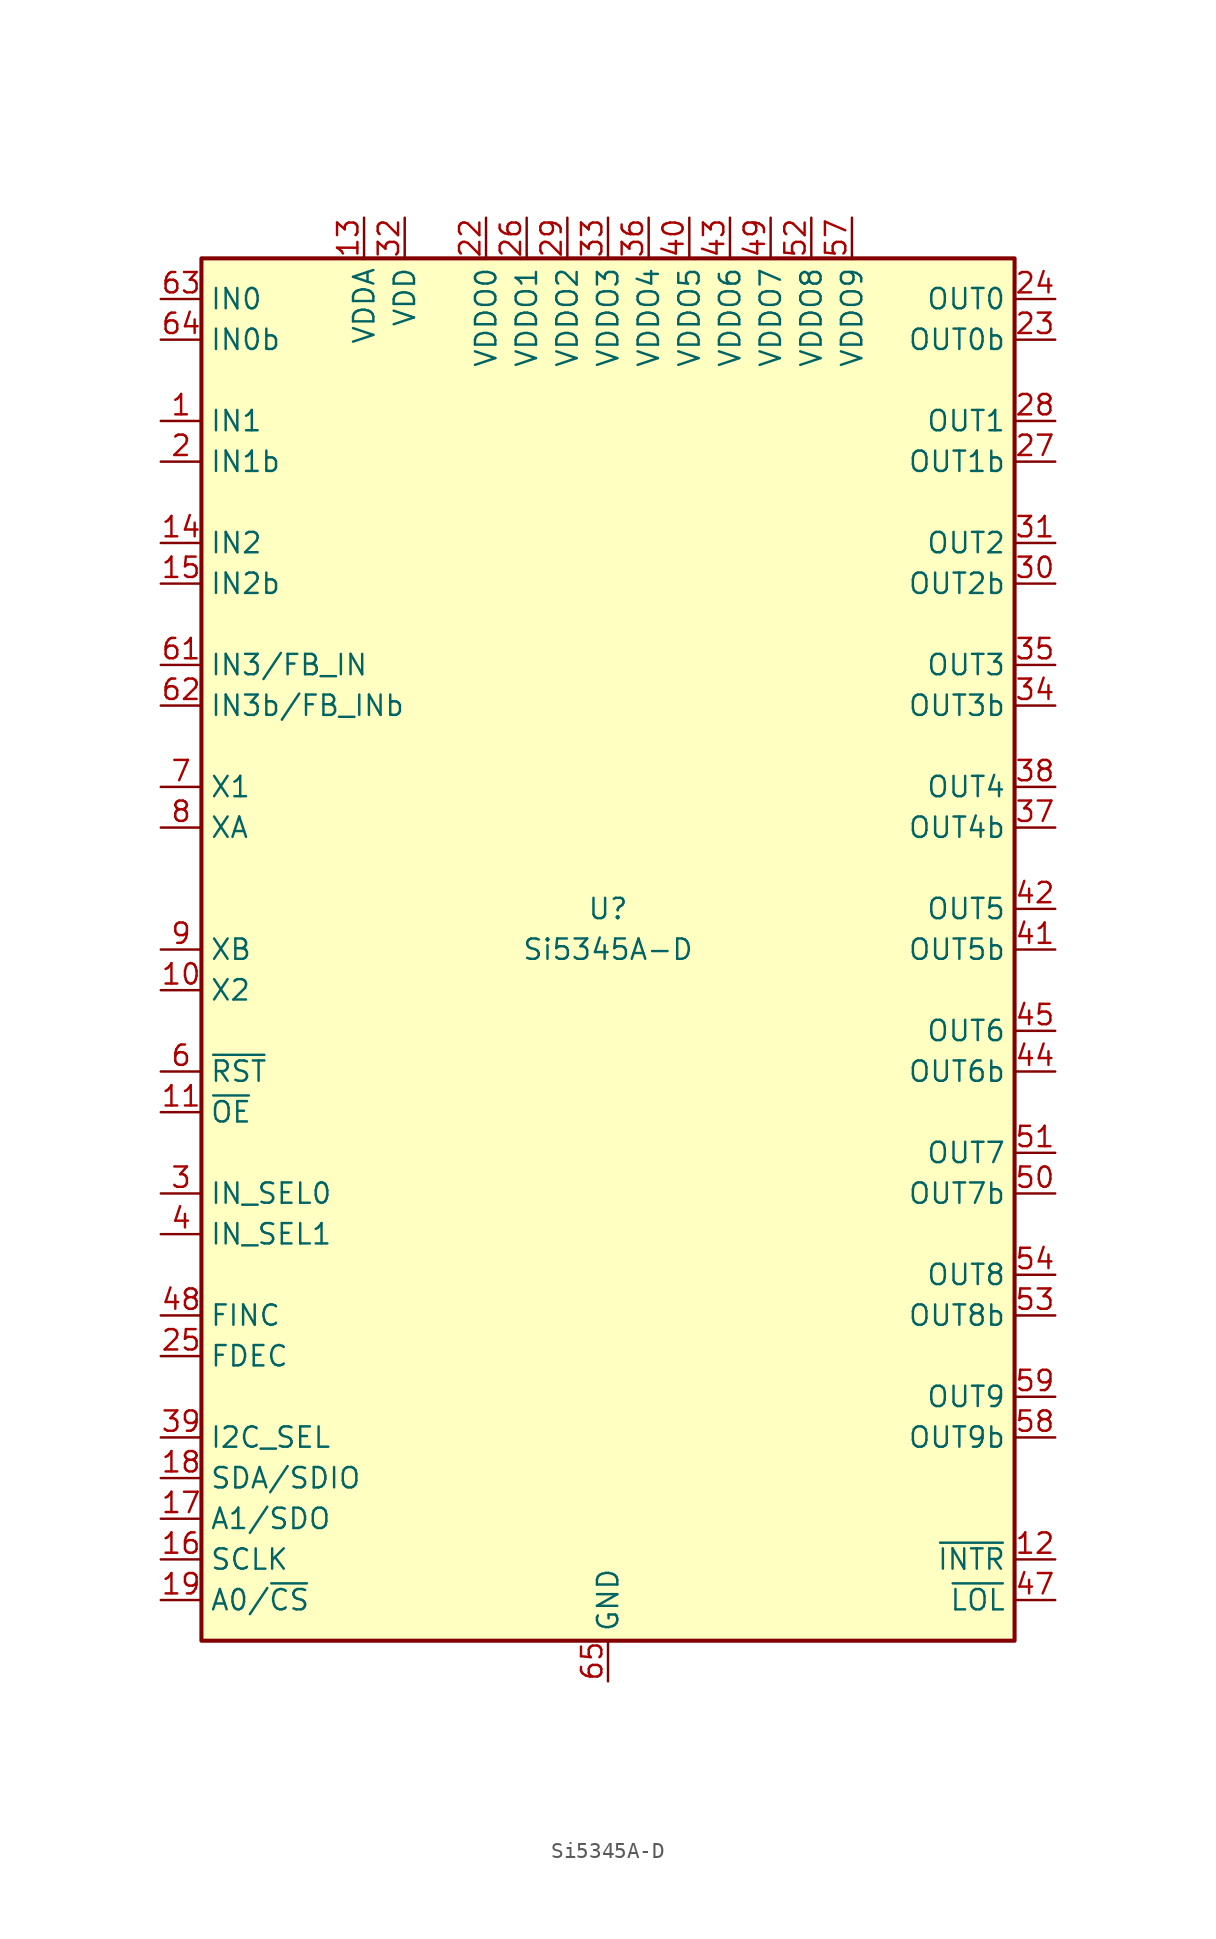
<source format=kicad_sym>
(kicad_symbol_lib
  (version 20200908)
  (generator kicad_symbol_editor)
  (symbol "Timer_PLL:Si5345A-D"
    (property "Reference" "U"
      (at 0 2.54 0)
      (effects (font (size 1.27 1.27))))
    (property "Value" "Si5345A-D"
      (at 0 0 0)
      (effects (font (size 1.27 1.27))))
    (symbol "Si5345A-D_0_1"
      (rectangle (start -25.4 43.18) (end 25.4 -43.18) (stroke (width 0.254)) (fill (type background))))
    (symbol "Si5345A-D_1_1"
      (pin input line (at -27.94 33.02 0) (length 2.54) (name "IN1" (effects (font (size 1.27 1.27)))) (number "1" (effects (font (size 1.27 1.27)))))
      (pin input line (at -27.94 -2.54 0) (length 2.54) (name "X2" (effects (font (size 1.27 1.27)))) (number "10" (effects (font (size 1.27 1.27)))))
      (pin input line (at -27.94 -10.16 0) (length 2.54) (name "~OE" (effects (font (size 1.27 1.27)))) (number "11" (effects (font (size 1.27 1.27)))))
      (pin output line (at 27.94 -38.1 180) (length 2.54) (name "~INTR" (effects (font (size 1.27 1.27)))) (number "12" (effects (font (size 1.27 1.27)))))
      (pin power_in line (at -15.24 45.72 270) (length 2.54) (name "VDDA" (effects (font (size 1.27 1.27)))) (number "13" (effects (font (size 1.27 1.27)))))
      (pin input line (at -27.94 25.4 0) (length 2.54) (name "IN2" (effects (font (size 1.27 1.27)))) (number "14" (effects (font (size 1.27 1.27)))))
      (pin input line (at -27.94 22.86 0) (length 2.54) (name "IN2b" (effects (font (size 1.27 1.27)))) (number "15" (effects (font (size 1.27 1.27)))))
      (pin input line (at -27.94 -38.1 0) (length 2.54) (name "SCLK" (effects (font (size 1.27 1.27)))) (number "16" (effects (font (size 1.27 1.27)))))
      (pin bidirectional line (at -27.94 -35.56 0) (length 2.54) (name "A1/SDO" (effects (font (size 1.27 1.27)))) (number "17" (effects (font (size 1.27 1.27)))))
      (pin bidirectional line (at -27.94 -33.02 0) (length 2.54) (name "SDA/SDIO" (effects (font (size 1.27 1.27)))) (number "18" (effects (font (size 1.27 1.27)))))
      (pin input line (at -27.94 -40.64 0) (length 2.54) (name "A0/~CS" (effects (font (size 1.27 1.27)))) (number "19" (effects (font (size 1.27 1.27)))))
      (pin input line (at -27.94 30.48 0) (length 2.54) (name "IN1b" (effects (font (size 1.27 1.27)))) (number "2" (effects (font (size 1.27 1.27)))))
      (pin unconnected line (at 25.4 27.94 180) (length 2.54) hide (name "NC" (effects (font (size 1.27 1.27)))) (number "20" (effects (font (size 1.27 1.27)))))
      (pin unconnected line (at 25.4 20.32 180) (length 2.54) hide (name "NC" (effects (font (size 1.27 1.27)))) (number "21" (effects (font (size 1.27 1.27)))))
      (pin power_in line (at -7.62 45.72 270) (length 2.54) (name "VDDO0" (effects (font (size 1.27 1.27)))) (number "22" (effects (font (size 1.27 1.27)))))
      (pin output line (at 27.94 38.1 180) (length 2.54) (name "OUT0b" (effects (font (size 1.27 1.27)))) (number "23" (effects (font (size 1.27 1.27)))))
      (pin output line (at 27.94 40.64 180) (length 2.54) (name "OUT0" (effects (font (size 1.27 1.27)))) (number "24" (effects (font (size 1.27 1.27)))))
      (pin input line (at -27.94 -25.4 0) (length 2.54) (name "FDEC" (effects (font (size 1.27 1.27)))) (number "25" (effects (font (size 1.27 1.27)))))
      (pin power_in line (at -5.08 45.72 270) (length 2.54) (name "VDDO1" (effects (font (size 1.27 1.27)))) (number "26" (effects (font (size 1.27 1.27)))))
      (pin output line (at 27.94 30.48 180) (length 2.54) (name "OUT1b" (effects (font (size 1.27 1.27)))) (number "27" (effects (font (size 1.27 1.27)))))
      (pin output line (at 27.94 33.02 180) (length 2.54) (name "OUT1" (effects (font (size 1.27 1.27)))) (number "28" (effects (font (size 1.27 1.27)))))
      (pin power_in line (at -2.54 45.72 270) (length 2.54) (name "VDDO2" (effects (font (size 1.27 1.27)))) (number "29" (effects (font (size 1.27 1.27)))))
      (pin input line (at -27.94 -15.24 0) (length 2.54) (name "IN_SEL0" (effects (font (size 1.27 1.27)))) (number "3" (effects (font (size 1.27 1.27)))))
      (pin output line (at 27.94 22.86 180) (length 2.54) (name "OUT2b" (effects (font (size 1.27 1.27)))) (number "30" (effects (font (size 1.27 1.27)))))
      (pin output line (at 27.94 25.4 180) (length 2.54) (name "OUT2" (effects (font (size 1.27 1.27)))) (number "31" (effects (font (size 1.27 1.27)))))
      (pin power_in line (at -12.7 45.72 270) (length 2.54) (name "VDD" (effects (font (size 1.27 1.27)))) (number "32" (effects (font (size 1.27 1.27)))))
      (pin power_in line (at 0 45.72 270) (length 2.54) (name "VDDO3" (effects (font (size 1.27 1.27)))) (number "33" (effects (font (size 1.27 1.27)))))
      (pin output line (at 27.94 15.24 180) (length 2.54) (name "OUT3b" (effects (font (size 1.27 1.27)))) (number "34" (effects (font (size 1.27 1.27)))))
      (pin output line (at 27.94 17.78 180) (length 2.54) (name "OUT3" (effects (font (size 1.27 1.27)))) (number "35" (effects (font (size 1.27 1.27)))))
      (pin power_in line (at 2.54 45.72 270) (length 2.54) (name "VDDO4" (effects (font (size 1.27 1.27)))) (number "36" (effects (font (size 1.27 1.27)))))
      (pin output line (at 27.94 7.62 180) (length 2.54) (name "OUT4b" (effects (font (size 1.27 1.27)))) (number "37" (effects (font (size 1.27 1.27)))))
      (pin output line (at 27.94 10.16 180) (length 2.54) (name "OUT4" (effects (font (size 1.27 1.27)))) (number "38" (effects (font (size 1.27 1.27)))))
      (pin input line (at -27.94 -30.48 0) (length 2.54) (name "I2C_SEL" (effects (font (size 1.27 1.27)))) (number "39" (effects (font (size 1.27 1.27)))))
      (pin input line (at -27.94 -17.78 0) (length 2.54) (name "IN_SEL1" (effects (font (size 1.27 1.27)))) (number "4" (effects (font (size 1.27 1.27)))))
      (pin power_in line (at 5.08 45.72 270) (length 2.54) (name "VDDO5" (effects (font (size 1.27 1.27)))) (number "40" (effects (font (size 1.27 1.27)))))
      (pin output line (at 27.94 0 180) (length 2.54) (name "OUT5b" (effects (font (size 1.27 1.27)))) (number "41" (effects (font (size 1.27 1.27)))))
      (pin output line (at 27.94 2.54 180) (length 2.54) (name "OUT5" (effects (font (size 1.27 1.27)))) (number "42" (effects (font (size 1.27 1.27)))))
      (pin power_in line (at 7.62 45.72 270) (length 2.54) (name "VDDO6" (effects (font (size 1.27 1.27)))) (number "43" (effects (font (size 1.27 1.27)))))
      (pin output line (at 27.94 -7.62 180) (length 2.54) (name "OUT6b" (effects (font (size 1.27 1.27)))) (number "44" (effects (font (size 1.27 1.27)))))
      (pin output line (at 27.94 -5.08 180) (length 2.54) (name "OUT6" (effects (font (size 1.27 1.27)))) (number "45" (effects (font (size 1.27 1.27)))))
      (pin passive line (at -12.7 45.72 270) (length 2.54) hide (name "VDD" (effects (font (size 1.27 1.27)))) (number "46" (effects (font (size 1.27 1.27)))))
      (pin output line (at 27.94 -40.64 180) (length 2.54) (name "~LOL" (effects (font (size 1.27 1.27)))) (number "47" (effects (font (size 1.27 1.27)))))
      (pin input line (at -27.94 -22.86 0) (length 2.54) (name "FINC" (effects (font (size 1.27 1.27)))) (number "48" (effects (font (size 1.27 1.27)))))
      (pin power_in line (at 10.16 45.72 270) (length 2.54) (name "VDDO7" (effects (font (size 1.27 1.27)))) (number "49" (effects (font (size 1.27 1.27)))))
      (pin unconnected line (at 25.4 35.56 180) (length 2.54) hide (name "NC" (effects (font (size 1.27 1.27)))) (number "5" (effects (font (size 1.27 1.27)))))
      (pin output line (at 27.94 -15.24 180) (length 2.54) (name "OUT7b" (effects (font (size 1.27 1.27)))) (number "50" (effects (font (size 1.27 1.27)))))
      (pin output line (at 27.94 -12.7 180) (length 2.54) (name "OUT7" (effects (font (size 1.27 1.27)))) (number "51" (effects (font (size 1.27 1.27)))))
      (pin power_in line (at 12.7 45.72 270) (length 2.54) (name "VDDO8" (effects (font (size 1.27 1.27)))) (number "52" (effects (font (size 1.27 1.27)))))
      (pin output line (at 27.94 -22.86 180) (length 2.54) (name "OUT8b" (effects (font (size 1.27 1.27)))) (number "53" (effects (font (size 1.27 1.27)))))
      (pin output line (at 27.94 -20.32 180) (length 2.54) (name "OUT8" (effects (font (size 1.27 1.27)))) (number "54" (effects (font (size 1.27 1.27)))))
      (pin unconnected line (at 25.4 12.7 180) (length 2.54) hide (name "NC" (effects (font (size 1.27 1.27)))) (number "55" (effects (font (size 1.27 1.27)))))
      (pin unconnected line (at 25.4 5.08 180) (length 2.54) hide (name "NC" (effects (font (size 1.27 1.27)))) (number "56" (effects (font (size 1.27 1.27)))))
      (pin power_in line (at 15.24 45.72 270) (length 2.54) (name "VDDO9" (effects (font (size 1.27 1.27)))) (number "57" (effects (font (size 1.27 1.27)))))
      (pin output line (at 27.94 -30.48 180) (length 2.54) (name "OUT9b" (effects (font (size 1.27 1.27)))) (number "58" (effects (font (size 1.27 1.27)))))
      (pin output line (at 27.94 -27.94 180) (length 2.54) (name "OUT9" (effects (font (size 1.27 1.27)))) (number "59" (effects (font (size 1.27 1.27)))))
      (pin input line (at -27.94 -7.62 0) (length 2.54) (name "~RST" (effects (font (size 1.27 1.27)))) (number "6" (effects (font (size 1.27 1.27)))))
      (pin passive line (at -12.7 45.72 270) (length 2.54) hide (name "VDD" (effects (font (size 1.27 1.27)))) (number "60" (effects (font (size 1.27 1.27)))))
      (pin input line (at -27.94 17.78 0) (length 2.54) (name "IN3/FB_IN" (effects (font (size 1.27 1.27)))) (number "61" (effects (font (size 1.27 1.27)))))
      (pin input line (at -27.94 15.24 0) (length 2.54) (name "IN3b/FB_INb" (effects (font (size 1.27 1.27)))) (number "62" (effects (font (size 1.27 1.27)))))
      (pin input line (at -27.94 40.64 0) (length 2.54) (name "IN0" (effects (font (size 1.27 1.27)))) (number "63" (effects (font (size 1.27 1.27)))))
      (pin input line (at -27.94 38.1 0) (length 2.54) (name "IN0b" (effects (font (size 1.27 1.27)))) (number "64" (effects (font (size 1.27 1.27)))))
      (pin power_in line (at 0 -45.72 90) (length 2.54) (name "GND" (effects (font (size 1.27 1.27)))) (number "65" (effects (font (size 1.27 1.27)))))
      (pin input line (at -27.94 10.16 0) (length 2.54) (name "X1" (effects (font (size 1.27 1.27)))) (number "7" (effects (font (size 1.27 1.27)))))
      (pin input line (at -27.94 7.62 0) (length 2.54) (name "XA" (effects (font (size 1.27 1.27)))) (number "8" (effects (font (size 1.27 1.27)))))
      (pin input line (at -27.94 0 0) (length 2.54) (name "XB" (effects (font (size 1.27 1.27)))) (number "9" (effects (font (size 1.27 1.27))))))))
</source>
